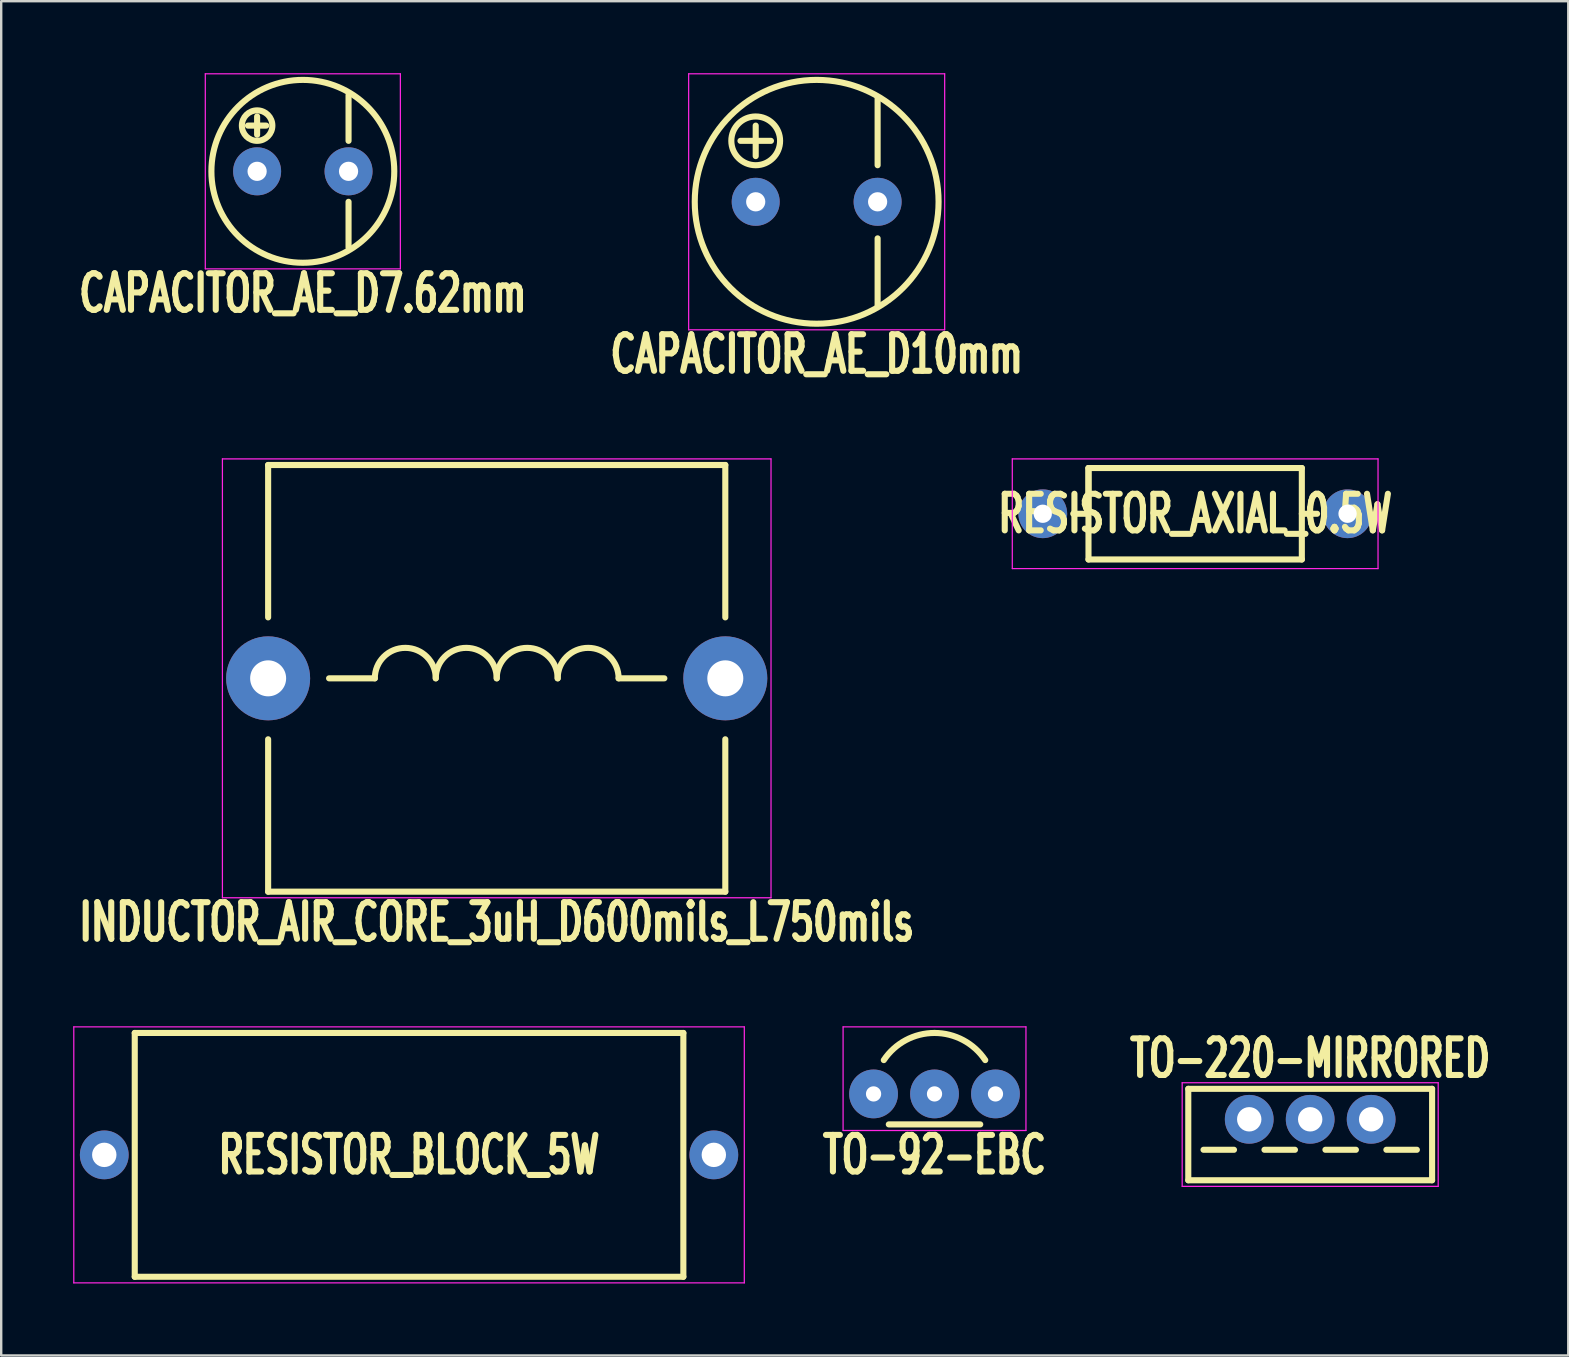
<source format=kicad_pcb>
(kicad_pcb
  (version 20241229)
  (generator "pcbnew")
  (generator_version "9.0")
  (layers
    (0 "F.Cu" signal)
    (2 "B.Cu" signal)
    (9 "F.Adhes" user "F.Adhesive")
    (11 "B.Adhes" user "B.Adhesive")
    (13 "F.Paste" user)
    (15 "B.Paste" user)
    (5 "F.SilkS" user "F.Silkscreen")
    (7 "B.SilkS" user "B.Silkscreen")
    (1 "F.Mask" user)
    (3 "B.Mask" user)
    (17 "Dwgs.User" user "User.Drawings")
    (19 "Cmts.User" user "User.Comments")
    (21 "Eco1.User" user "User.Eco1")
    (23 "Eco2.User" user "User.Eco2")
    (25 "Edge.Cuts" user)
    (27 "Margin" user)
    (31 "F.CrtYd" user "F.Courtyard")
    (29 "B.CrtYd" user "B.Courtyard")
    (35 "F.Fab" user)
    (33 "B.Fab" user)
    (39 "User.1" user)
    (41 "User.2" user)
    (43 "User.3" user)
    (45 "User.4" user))
  (footprint "TO-92-EBC"
    (layer "F.Cu")
    (at 35.891 42.533)
    (property "Reference" "TO-92-EBC" (at 0 2.54 0) (layer "F.SilkS") (effects (font (size 1.524 1.016) (thickness 0.254))))
    (attr through_hole)
    (fp_line (start -1.905 1.27) (end 1.905 1.27) (stroke (width 0.254) (type solid)) (layer "F.SilkS"))
    (fp_arc (start -2.113408 -1.408938) (mid -1.198519 -2.239453) (end 0 -2.54) (stroke (width 0.254) (type solid)) (layer "F.SilkS"))
    (fp_arc (start 0 -2.54) (mid 1.198519 -2.239453) (end 2.113408 -1.408938) (stroke (width 0.254) (type solid)) (layer "F.SilkS"))
    (fp_line (start -3.81 -2.794) (end -3.81 1.524) (stroke (width 0.051) (type solid)) (layer "F.CrtYd"))
    (fp_line (start -3.81 -2.794) (end 3.81 -2.794) (stroke (width 0.051) (type solid)) (layer "F.CrtYd"))
    (fp_line (start -3.81 1.524) (end 3.81 1.524) (stroke (width 0.051) (type solid)) (layer "F.CrtYd"))
    (fp_line (start 3.81 1.524) (end 3.81 -2.794) (stroke (width 0.051) (type solid)) (layer "F.CrtYd"))
    (pad "1" thru_hole circle (at 2.54 0) (size 2.032 2.032) (drill 0.635) (layers "*.Cu" "*.Mask"))
    (pad "2" thru_hole circle (at 0 0) (size 2.032 2.032) (drill 0.635) (layers "*.Cu" "*.Mask"))
    (pad "3" thru_hole circle (at -2.54 0) (size 2.032 2.032) (drill 0.635) (layers "*.Cu" "*.Mask")))
  (footprint "RESISTOR_BLOCK_5W"
    (layer "F.Cu")
    (at 13.995 45.073)
    (property "Reference" "RESISTOR_BLOCK_5W" (at 0 0 0) (layer "F.SilkS") (effects (font (size 1.524 1.016) (thickness 0.254))))
    (attr through_hole)
    (fp_line (start -11.43 -5.08) (end -11.43 5.08) (stroke (width 0.254) (type solid)) (layer "F.SilkS"))
    (fp_line (start -11.43 5.08) (end 11.43 5.08) (stroke (width 0.254) (type solid)) (layer "F.SilkS"))
    (fp_line (start 11.43 -5.08) (end -11.43 -5.08) (stroke (width 0.254) (type solid)) (layer "F.SilkS"))
    (fp_line (start 11.43 5.08) (end 11.43 -5.08) (stroke (width 0.254) (type solid)) (layer "F.SilkS"))
    (fp_line (start -13.97 -5.334) (end -13.97 5.334) (stroke (width 0.051) (type solid)) (layer "F.CrtYd"))
    (fp_line (start -13.97 5.334) (end 13.97 5.334) (stroke (width 0.051) (type solid)) (layer "F.CrtYd"))
    (fp_line (start 13.97 -5.334) (end -13.97 -5.334) (stroke (width 0.051) (type solid)) (layer "F.CrtYd"))
    (fp_line (start 13.97 5.334) (end 13.97 -5.334) (stroke (width 0.051) (type solid)) (layer "F.CrtYd"))
    (pad "1" thru_hole circle (at -12.7 0) (size 2.032 2.032) (drill 1.016) (layers "*.Cu" "*.Mask"))
    (pad "2" thru_hole circle (at 12.7 0) (size 2.032 2.032) (drill 1.016) (layers "*.Cu" "*.Mask")))
  (footprint "TO-220-MIRRORED"
    (layer "F.Cu")
    (at 51.545 43.591)
    (property "Reference" "TO-220-MIRRORED" (at 0 -2.54 0) (layer "F.SilkS") (effects (font (size 1.524 1.016) (thickness 0.254))))
    (attr through_hole)
    (fp_line (start -5.08 -1.27) (end -5.08 2.54) (stroke (width 0.254) (type solid)) (layer "F.SilkS"))
    (fp_line (start -5.08 -1.27) (end 5.08 -1.27) (stroke (width 0.254) (type solid)) (layer "F.SilkS"))
    (fp_line (start -4.445 1.27) (end -3.175 1.27) (stroke (width 0.254) (type solid)) (layer "F.SilkS"))
    (fp_line (start -1.905 1.27) (end -0.635 1.27) (stroke (width 0.254) (type solid)) (layer "F.SilkS"))
    (fp_line (start 0.635 1.27) (end 1.905 1.27) (stroke (width 0.254) (type solid)) (layer "F.SilkS"))
    (fp_line (start 3.175 1.27) (end 4.445 1.27) (stroke (width 0.254) (type solid)) (layer "F.SilkS"))
    (fp_line (start 5.08 2.54) (end -5.08 2.54) (stroke (width 0.254) (type solid)) (layer "F.SilkS"))
    (fp_line (start 5.08 2.54) (end 5.08 -1.27) (stroke (width 0.254) (type solid)) (layer "F.SilkS"))
    (fp_line (start -5.334 -1.524) (end -5.334 2.794) (stroke (width 0.051) (type solid)) (layer "F.CrtYd"))
    (fp_line (start -5.334 2.794) (end 5.334 2.794) (stroke (width 0.051) (type solid)) (layer "F.CrtYd"))
    (fp_line (start 5.334 -1.524) (end -5.334 -1.524) (stroke (width 0.051) (type solid)) (layer "F.CrtYd"))
    (fp_line (start 5.334 2.794) (end 5.334 -1.524) (stroke (width 0.051) (type solid)) (layer "F.CrtYd"))
    (pad "1" thru_hole circle (at 0 0) (size 2.032 2.032) (drill 1.016) (layers "*.Cu" "*.Mask"))
    (pad "2" thru_hole circle (at -2.54 0) (size 2.032 2.032) (drill 1.016) (layers "*.Cu" "*.Mask"))
    (pad "3" thru_hole circle (at 2.54 0) (size 2.032 2.032) (drill 1.016) (layers "*.Cu" "*.Mask")))
  (footprint "INDUCTOR_AIR_CORE_3uH_D600mils_L750mils"
    (layer "F.Cu")
    (at 17.648 25.216)
    (property "Reference" "INDUCTOR_AIR_CORE_3uH_D600mils_L750mils" (at 0 10.16 0) (layer "F.SilkS") (effects (font (size 1.524 1.016) (thickness 0.254))))
    (attr through_hole)
    (fp_line (start -9.525 -8.89) (end 9.525 -8.89) (stroke (width 0.254) (type solid)) (layer "F.SilkS"))
    (fp_line (start -9.525 -2.54) (end -9.525 -8.89) (stroke (width 0.254) (type solid)) (layer "F.SilkS"))
    (fp_line (start -9.525 2.54) (end -9.525 8.89) (stroke (width 0.254) (type solid)) (layer "F.SilkS"))
    (fp_line (start -5.08 0) (end -6.985 0) (stroke (width 0.254) (type solid)) (layer "F.SilkS"))
    (fp_line (start 5.08 0) (end 6.985 0) (stroke (width 0.254) (type solid)) (layer "F.SilkS"))
    (fp_line (start 9.525 -8.89) (end 9.525 -2.54) (stroke (width 0.254) (type solid)) (layer "F.SilkS"))
    (fp_line (start 9.525 2.54) (end 9.525 8.89) (stroke (width 0.254) (type solid)) (layer "F.SilkS"))
    (fp_line (start 9.525 8.89) (end -9.525 8.89) (stroke (width 0.254) (type solid)) (layer "F.SilkS"))
    (fp_arc (start -5.08 0) (mid -3.81 -1.27) (end -2.54 0) (stroke (width 0.254) (type solid)) (layer "F.SilkS"))
    (fp_arc (start -2.54 0) (mid -1.27 -1.27) (end 0 0) (stroke (width 0.254) (type solid)) (layer "F.SilkS"))
    (fp_arc (start 0 0) (mid 1.27 -1.27) (end 2.54 0) (stroke (width 0.254) (type solid)) (layer "F.SilkS"))
    (fp_arc (start 2.54 0) (mid 3.81 -1.27) (end 5.08 0) (stroke (width 0.254) (type solid)) (layer "F.SilkS"))
    (fp_line (start -11.43 -9.144) (end -11.43 9.144) (stroke (width 0.051) (type solid)) (layer "F.CrtYd"))
    (fp_line (start -11.43 9.144) (end 11.43 9.144) (stroke (width 0.051) (type solid)) (layer "F.CrtYd"))
    (fp_line (start 11.43 -9.144) (end -11.43 -9.144) (stroke (width 0.051) (type solid)) (layer "F.CrtYd"))
    (fp_line (start 11.43 9.144) (end 11.43 -9.144) (stroke (width 0.051) (type solid)) (layer "F.CrtYd"))
    (pad "1" thru_hole circle (at -9.525 0) (size 3.5 3.5) (drill 1.5) (layers "*.Cu" "*.Mask"))
    (pad "2" thru_hole circle (at 9.525 0) (size 3.5 3.5) (drill 1.5) (layers "*.Cu" "*.Mask")))
  (footprint "RESISTOR_AXIAL_0.5W"
    (layer "F.Cu")
    (at 46.752 18.358)
    (property "Reference" "RESISTOR_AXIAL_0.5W" (at 0 0 0) (layer "F.SilkS") (effects (font (size 1.524 1.016) (thickness 0.254))))
    (attr through_hole)
    (fp_line (start -4.445 -1.905) (end -4.445 0) (stroke (width 0.254) (type solid)) (layer "F.SilkS"))
    (fp_line (start -4.445 -1.905) (end -4.445 1.905) (stroke (width 0.254) (type solid)) (layer "F.SilkS"))
    (fp_line (start -4.445 0) (end -5.08 0) (stroke (width 0.254) (type solid)) (layer "F.SilkS"))
    (fp_line (start -4.445 1.905) (end 4.445 1.905) (stroke (width 0.254) (type solid)) (layer "F.SilkS"))
    (fp_line (start 4.445 -1.905) (end -4.445 -1.905) (stroke (width 0.254) (type solid)) (layer "F.SilkS"))
    (fp_line (start 4.445 0) (end 5.08 0) (stroke (width 0.254) (type solid)) (layer "F.SilkS"))
    (fp_line (start 4.445 1.905) (end 4.445 -1.905) (stroke (width 0.254) (type solid)) (layer "F.SilkS"))
    (fp_line (start -7.62 -2.286) (end 7.62 -2.286) (stroke (width 0.051) (type solid)) (layer "F.CrtYd"))
    (fp_line (start -7.62 2.286) (end -7.62 -2.286) (stroke (width 0.051) (type solid)) (layer "F.CrtYd"))
    (fp_line (start 7.62 -2.286) (end 7.62 2.286) (stroke (width 0.051) (type solid)) (layer "F.CrtYd"))
    (fp_line (start 7.62 2.286) (end -7.62 2.286) (stroke (width 0.051) (type solid)) (layer "F.CrtYd"))
    (pad "1" thru_hole circle (at -6.35 0) (size 2.032 2.032) (drill 0.762) (layers "*.Cu" "*.Mask"))
    (pad "2" thru_hole circle (at 6.35 0) (size 2.032 2.032) (drill 0.762) (layers "*.Cu" "*.Mask")))
  (footprint "CAPACITOR_AE_D10mm"
    (layer "F.Cu")
    (at 30.98 5.359)
    (property "Reference" "CAPACITOR_AE_D10mm" (at 0 6.35 0) (layer "F.SilkS") (effects (font (size 1.524 1.016) (thickness 0.254))))
    (attr through_hole)
    (fp_line (start -3.175 -2.54) (end -1.905 -2.54) (stroke (width 0.254) (type solid)) (layer "F.SilkS"))
    (fp_line (start -2.54 -3.175) (end -2.54 -1.905) (stroke (width 0.254) (type solid)) (layer "F.SilkS"))
    (fp_line (start 2.54 -4.318) (end 2.54 -1.524) (stroke (width 0.254) (type solid)) (layer "F.SilkS"))
    (fp_line (start 2.54 1.524) (end 2.54 4.318) (stroke (width 0.254) (type solid)) (layer "F.SilkS"))
    (fp_circle (center -2.54 -2.54) (end -1.524 -2.54) (stroke (width 0.254) (type solid)) (fill no) (layer "F.SilkS"))
    (fp_circle (center 0 0) (end 5.08 0) (stroke (width 0.254) (type solid)) (fill no) (layer "F.SilkS"))
    (fp_line (start -5.334 -5.334) (end 5.334 -5.334) (stroke (width 0.051) (type solid)) (layer "F.CrtYd"))
    (fp_line (start -5.334 5.334) (end -5.334 -5.334) (stroke (width 0.051) (type solid)) (layer "F.CrtYd"))
    (fp_line (start 5.334 -5.334) (end 5.334 5.334) (stroke (width 0.051) (type solid)) (layer "F.CrtYd"))
    (fp_line (start 5.334 5.334) (end -5.334 5.334) (stroke (width 0.051) (type solid)) (layer "F.CrtYd"))
    (pad "1" thru_hole circle (at -2.54 0) (size 2 2) (drill 0.8) (layers "*.Cu" "*.Mask"))
    (pad "2" thru_hole circle (at 2.54 0) (size 2 2) (drill 0.8) (layers "*.Cu" "*.Mask")))
  (footprint "CAPACITOR_AE_D7.62mm"
    (layer "F.Cu")
    (at 9.569 4.089)
    (property "Reference" "CAPACITOR_AE_D7.62mm" (at 0 5.08 0) (layer "F.SilkS") (effects (font (size 1.524 1.016) (thickness 0.254))))
    (attr through_hole)
    (fp_line (start -2.286 -1.905) (end -1.524 -1.905) (stroke (width 0.254) (type solid)) (layer "F.SilkS"))
    (fp_line (start -1.905 -2.286) (end -1.905 -1.524) (stroke (width 0.254) (type solid)) (layer "F.SilkS"))
    (fp_line (start 1.905 -3.175) (end 1.905 -1.27) (stroke (width 0.254) (type solid)) (layer "F.SilkS"))
    (fp_line (start 1.905 1.27) (end 1.905 3.175) (stroke (width 0.254) (type solid)) (layer "F.SilkS"))
    (fp_circle (center -1.905 -1.905) (end -1.27 -1.905) (stroke (width 0.254) (type solid)) (fill no) (layer "F.SilkS"))
    (fp_circle (center 0 0) (end 3.81 0) (stroke (width 0.254) (type solid)) (fill no) (layer "F.SilkS"))
    (fp_line (start -4.064 -4.064) (end 4.064 -4.064) (stroke (width 0.051) (type solid)) (layer "F.CrtYd"))
    (fp_line (start -4.064 4.064) (end -4.064 -4.064) (stroke (width 0.051) (type solid)) (layer "F.CrtYd"))
    (fp_line (start 4.064 -4.064) (end 4.064 4.064) (stroke (width 0.051) (type solid)) (layer "F.CrtYd"))
    (fp_line (start 4.064 4.064) (end -4.064 4.064) (stroke (width 0.051) (type solid)) (layer "F.CrtYd"))
    (pad "1" thru_hole circle (at -1.905 0) (size 2 2) (drill 0.8) (layers "*.Cu" "*.Mask"))
    (pad "2" thru_hole circle (at 1.905 0) (size 2 2) (drill 0.8) (layers "*.Cu" "*.Mask")))
  (gr_rect
    (start -3 -3)
    (end 62.299 53.432)
    (stroke (width 0.1) (type default))
    (fill no)
    (layer "Edge.Cuts")))
</source>
